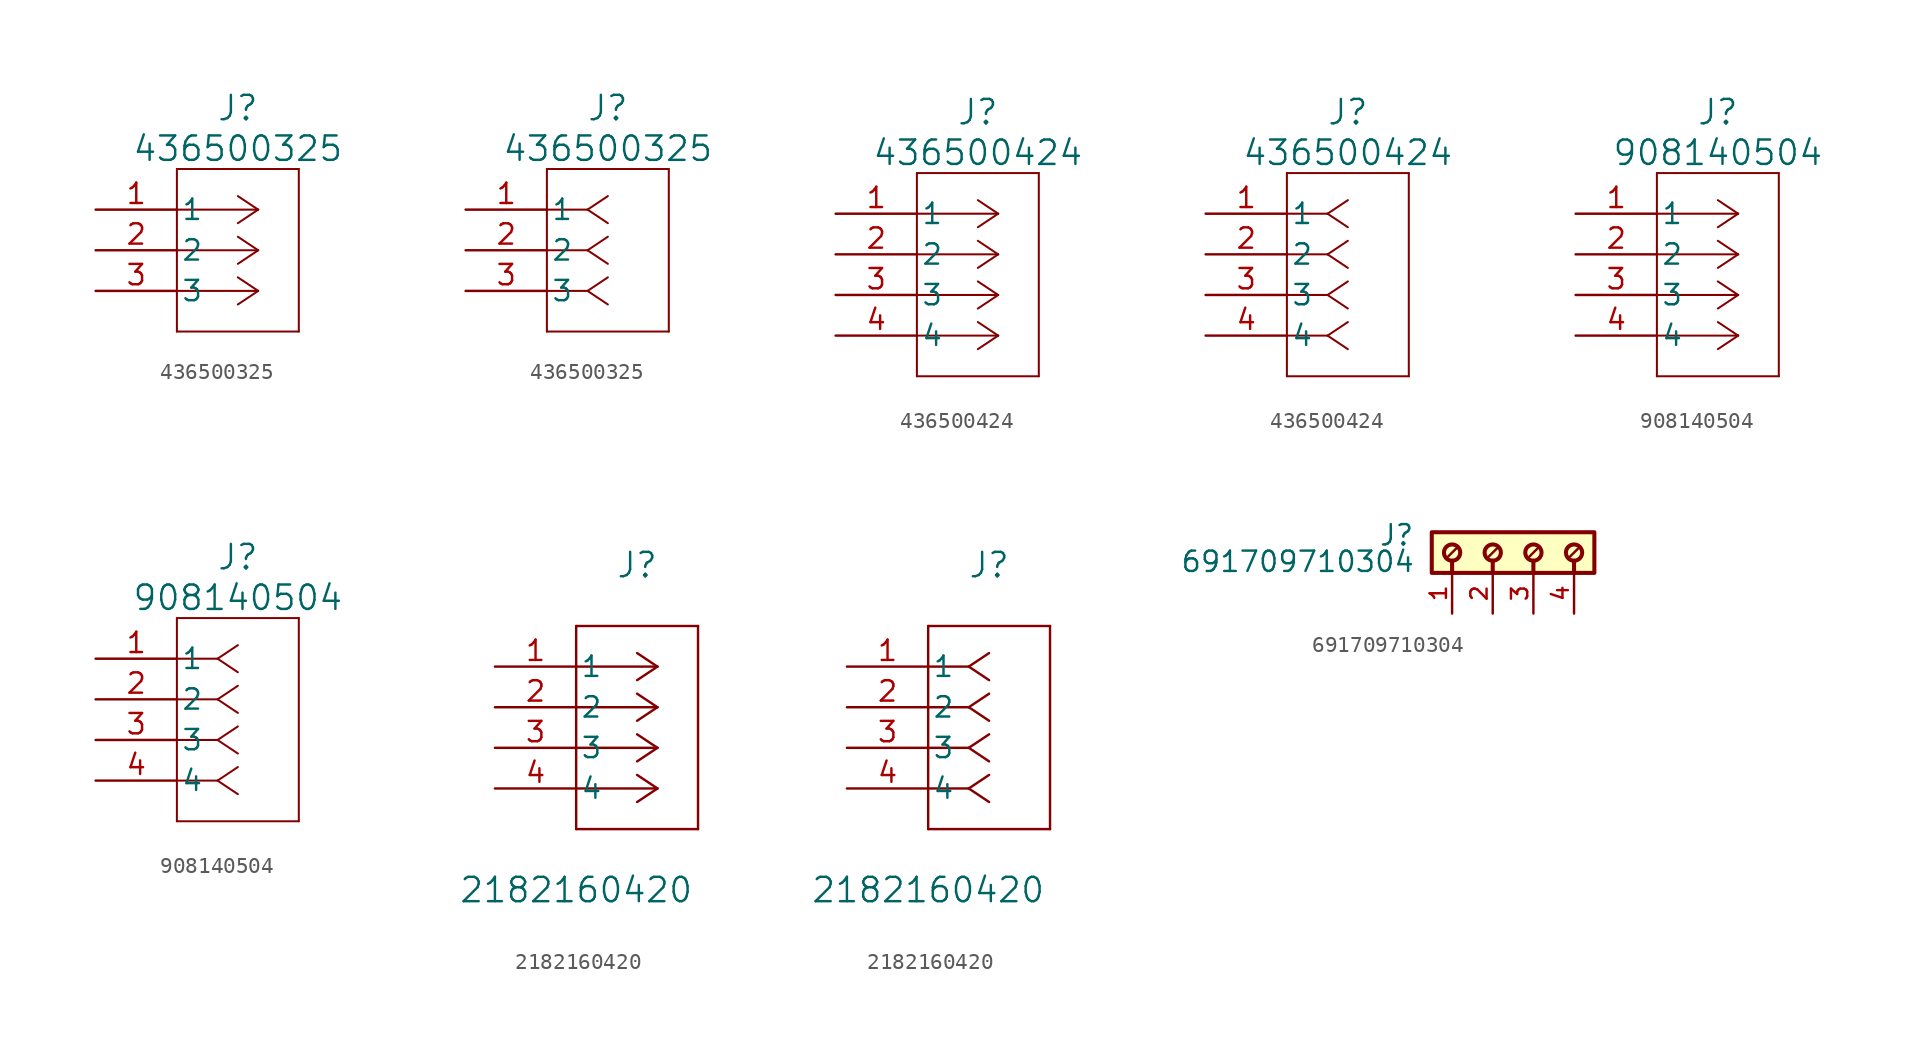
<source format=kicad_sym>
(kicad_symbol_lib
  (version 20241209)
  (generator "kicad_symbol_editor")
  (generator_version "9.0")
  (symbol "436500325"
    (pin_names
      (offset 0.254))
    (property "Reference" "J"
      (at 8.89 6.35 0)
      (effects (font (size 1.524 1.524))))
    (property "Value" "436500325"
      (at 8.89 3.81 0)
      (effects (font (size 1.524 1.524))))
    (property "ki_locked" ""
      (at 0 0 0)
      (effects (font (size 1.27 1.27))))
    (symbol "436500325_1_1"
      (polyline (pts (xy 5.08 2.54) (xy 5.08 -7.62)) (stroke (width 0.127) (type default)) (fill (type none)))
      (polyline (pts (xy 5.08 -7.62) (xy 12.7 -7.62)) (stroke (width 0.127) (type default)) (fill (type none)))
      (polyline (pts (xy 10.16 0) (xy 5.08 0)) (stroke (width 0.127) (type default)) (fill (type none)))
      (polyline (pts (xy 10.16 0) (xy 8.89 0.847)) (stroke (width 0.127) (type default)) (fill (type none)))
      (polyline (pts (xy 10.16 0) (xy 8.89 -0.847)) (stroke (width 0.127) (type default)) (fill (type none)))
      (polyline (pts (xy 10.16 -2.54) (xy 5.08 -2.54)) (stroke (width 0.127) (type default)) (fill (type none)))
      (polyline (pts (xy 10.16 -2.54) (xy 8.89 -1.693)) (stroke (width 0.127) (type default)) (fill (type none)))
      (polyline (pts (xy 10.16 -2.54) (xy 8.89 -3.387)) (stroke (width 0.127) (type default)) (fill (type none)))
      (polyline (pts (xy 10.16 -5.08) (xy 5.08 -5.08)) (stroke (width 0.127) (type default)) (fill (type none)))
      (polyline (pts (xy 10.16 -5.08) (xy 8.89 -4.233)) (stroke (width 0.127) (type default)) (fill (type none)))
      (polyline (pts (xy 10.16 -5.08) (xy 8.89 -5.927)) (stroke (width 0.127) (type default)) (fill (type none)))
      (polyline (pts (xy 12.7 2.54) (xy 5.08 2.54)) (stroke (width 0.127) (type default)) (fill (type none)))
      (polyline (pts (xy 12.7 -7.62) (xy 12.7 2.54)) (stroke (width 0.127) (type default)) (fill (type none)))
      (pin unspecified line (at 0 0 0) (length 5.08) (name "1" (effects (font (size 1.27 1.27)))) (number "1" (effects (font (size 1.27 1.27)))))
      (pin unspecified line (at 0 -2.54 0) (length 5.08) (name "2" (effects (font (size 1.27 1.27)))) (number "2" (effects (font (size 1.27 1.27)))))
      (pin unspecified line (at 0 -5.08 0) (length 5.08) (name "3" (effects (font (size 1.27 1.27)))) (number "3" (effects (font (size 1.27 1.27))))))
    (symbol "436500325_1_2"
      (polyline (pts (xy 5.08 2.54) (xy 5.08 -7.62)) (stroke (width 0.127) (type default)) (fill (type none)))
      (polyline (pts (xy 5.08 -7.62) (xy 12.7 -7.62)) (stroke (width 0.127) (type default)) (fill (type none)))
      (polyline (pts (xy 7.62 0) (xy 5.08 0)) (stroke (width 0.127) (type default)) (fill (type none)))
      (polyline (pts (xy 7.62 0) (xy 8.89 0.847)) (stroke (width 0.127) (type default)) (fill (type none)))
      (polyline (pts (xy 7.62 0) (xy 8.89 -0.847)) (stroke (width 0.127) (type default)) (fill (type none)))
      (polyline (pts (xy 7.62 -2.54) (xy 5.08 -2.54)) (stroke (width 0.127) (type default)) (fill (type none)))
      (polyline (pts (xy 7.62 -2.54) (xy 8.89 -1.693)) (stroke (width 0.127) (type default)) (fill (type none)))
      (polyline (pts (xy 7.62 -2.54) (xy 8.89 -3.387)) (stroke (width 0.127) (type default)) (fill (type none)))
      (polyline (pts (xy 7.62 -5.08) (xy 5.08 -5.08)) (stroke (width 0.127) (type default)) (fill (type none)))
      (polyline (pts (xy 7.62 -5.08) (xy 8.89 -4.233)) (stroke (width 0.127) (type default)) (fill (type none)))
      (polyline (pts (xy 7.62 -5.08) (xy 8.89 -5.927)) (stroke (width 0.127) (type default)) (fill (type none)))
      (polyline (pts (xy 12.7 2.54) (xy 5.08 2.54)) (stroke (width 0.127) (type default)) (fill (type none)))
      (polyline (pts (xy 12.7 -7.62) (xy 12.7 2.54)) (stroke (width 0.127) (type default)) (fill (type none)))
      (pin unspecified line (at 0 0 0) (length 5.08) (name "1" (effects (font (size 1.27 1.27)))) (number "1" (effects (font (size 1.27 1.27)))))
      (pin unspecified line (at 0 -2.54 0) (length 5.08) (name "2" (effects (font (size 1.27 1.27)))) (number "2" (effects (font (size 1.27 1.27)))))
      (pin unspecified line (at 0 -5.08 0) (length 5.08) (name "3" (effects (font (size 1.27 1.27)))) (number "3" (effects (font (size 1.27 1.27)))))))
  (symbol "436500424"
    (pin_names
      (offset 0.254))
    (property "Reference" "J"
      (at 8.89 6.35 0)
      (effects (font (size 1.524 1.524))))
    (property "Value" "436500424"
      (at 8.89 3.81 0)
      (effects (font (size 1.524 1.524))))
    (property "ki_locked" ""
      (at 0 0 0)
      (effects (font (size 1.27 1.27))))
    (symbol "436500424_1_1"
      (polyline (pts (xy 5.08 2.54) (xy 5.08 -10.16)) (stroke (width 0.127) (type default)) (fill (type none)))
      (polyline (pts (xy 5.08 -10.16) (xy 12.7 -10.16)) (stroke (width 0.127) (type default)) (fill (type none)))
      (polyline (pts (xy 10.16 0) (xy 5.08 0)) (stroke (width 0.127) (type default)) (fill (type none)))
      (polyline (pts (xy 10.16 0) (xy 8.89 0.847)) (stroke (width 0.127) (type default)) (fill (type none)))
      (polyline (pts (xy 10.16 0) (xy 8.89 -0.847)) (stroke (width 0.127) (type default)) (fill (type none)))
      (polyline (pts (xy 10.16 -2.54) (xy 5.08 -2.54)) (stroke (width 0.127) (type default)) (fill (type none)))
      (polyline (pts (xy 10.16 -2.54) (xy 8.89 -1.693)) (stroke (width 0.127) (type default)) (fill (type none)))
      (polyline (pts (xy 10.16 -2.54) (xy 8.89 -3.387)) (stroke (width 0.127) (type default)) (fill (type none)))
      (polyline (pts (xy 10.16 -5.08) (xy 5.08 -5.08)) (stroke (width 0.127) (type default)) (fill (type none)))
      (polyline (pts (xy 10.16 -5.08) (xy 8.89 -4.233)) (stroke (width 0.127) (type default)) (fill (type none)))
      (polyline (pts (xy 10.16 -5.08) (xy 8.89 -5.927)) (stroke (width 0.127) (type default)) (fill (type none)))
      (polyline (pts (xy 10.16 -7.62) (xy 5.08 -7.62)) (stroke (width 0.127) (type default)) (fill (type none)))
      (polyline (pts (xy 10.16 -7.62) (xy 8.89 -6.773)) (stroke (width 0.127) (type default)) (fill (type none)))
      (polyline (pts (xy 10.16 -7.62) (xy 8.89 -8.467)) (stroke (width 0.127) (type default)) (fill (type none)))
      (polyline (pts (xy 12.7 2.54) (xy 5.08 2.54)) (stroke (width 0.127) (type default)) (fill (type none)))
      (polyline (pts (xy 12.7 -10.16) (xy 12.7 2.54)) (stroke (width 0.127) (type default)) (fill (type none)))
      (pin unspecified line (at 0 0 0) (length 5.08) (name "1" (effects (font (size 1.27 1.27)))) (number "1" (effects (font (size 1.27 1.27)))))
      (pin unspecified line (at 0 -2.54 0) (length 5.08) (name "2" (effects (font (size 1.27 1.27)))) (number "2" (effects (font (size 1.27 1.27)))))
      (pin unspecified line (at 0 -5.08 0) (length 5.08) (name "3" (effects (font (size 1.27 1.27)))) (number "3" (effects (font (size 1.27 1.27)))))
      (pin unspecified line (at 0 -7.62 0) (length 5.08) (name "4" (effects (font (size 1.27 1.27)))) (number "4" (effects (font (size 1.27 1.27))))))
    (symbol "436500424_1_2"
      (polyline (pts (xy 5.08 2.54) (xy 5.08 -10.16)) (stroke (width 0.127) (type default)) (fill (type none)))
      (polyline (pts (xy 5.08 -10.16) (xy 12.7 -10.16)) (stroke (width 0.127) (type default)) (fill (type none)))
      (polyline (pts (xy 7.62 0) (xy 5.08 0)) (stroke (width 0.127) (type default)) (fill (type none)))
      (polyline (pts (xy 7.62 0) (xy 8.89 0.847)) (stroke (width 0.127) (type default)) (fill (type none)))
      (polyline (pts (xy 7.62 0) (xy 8.89 -0.847)) (stroke (width 0.127) (type default)) (fill (type none)))
      (polyline (pts (xy 7.62 -2.54) (xy 5.08 -2.54)) (stroke (width 0.127) (type default)) (fill (type none)))
      (polyline (pts (xy 7.62 -2.54) (xy 8.89 -1.693)) (stroke (width 0.127) (type default)) (fill (type none)))
      (polyline (pts (xy 7.62 -2.54) (xy 8.89 -3.387)) (stroke (width 0.127) (type default)) (fill (type none)))
      (polyline (pts (xy 7.62 -5.08) (xy 5.08 -5.08)) (stroke (width 0.127) (type default)) (fill (type none)))
      (polyline (pts (xy 7.62 -5.08) (xy 8.89 -4.233)) (stroke (width 0.127) (type default)) (fill (type none)))
      (polyline (pts (xy 7.62 -5.08) (xy 8.89 -5.927)) (stroke (width 0.127) (type default)) (fill (type none)))
      (polyline (pts (xy 7.62 -7.62) (xy 5.08 -7.62)) (stroke (width 0.127) (type default)) (fill (type none)))
      (polyline (pts (xy 7.62 -7.62) (xy 8.89 -6.773)) (stroke (width 0.127) (type default)) (fill (type none)))
      (polyline (pts (xy 7.62 -7.62) (xy 8.89 -8.467)) (stroke (width 0.127) (type default)) (fill (type none)))
      (polyline (pts (xy 12.7 2.54) (xy 5.08 2.54)) (stroke (width 0.127) (type default)) (fill (type none)))
      (polyline (pts (xy 12.7 -10.16) (xy 12.7 2.54)) (stroke (width 0.127) (type default)) (fill (type none)))
      (pin unspecified line (at 0 0 0) (length 5.08) (name "1" (effects (font (size 1.27 1.27)))) (number "1" (effects (font (size 1.27 1.27)))))
      (pin unspecified line (at 0 -2.54 0) (length 5.08) (name "2" (effects (font (size 1.27 1.27)))) (number "2" (effects (font (size 1.27 1.27)))))
      (pin unspecified line (at 0 -5.08 0) (length 5.08) (name "3" (effects (font (size 1.27 1.27)))) (number "3" (effects (font (size 1.27 1.27)))))
      (pin unspecified line (at 0 -7.62 0) (length 5.08) (name "4" (effects (font (size 1.27 1.27)))) (number "4" (effects (font (size 1.27 1.27)))))))
  (symbol "908140504"
    (pin_names
      (offset 0.254))
    (property "Reference" "J"
      (at 8.89 6.35 0)
      (effects (font (size 1.524 1.524))))
    (property "Value" "908140504"
      (at 8.89 3.81 0)
      (effects (font (size 1.524 1.524))))
    (property "ki_locked" ""
      (at 0 0 0)
      (effects (font (size 1.27 1.27))))
    (symbol "908140504_1_1"
      (polyline (pts (xy 5.08 2.54) (xy 5.08 -10.16)) (stroke (width 0.127) (type default)) (fill (type none)))
      (polyline (pts (xy 5.08 -10.16) (xy 12.7 -10.16)) (stroke (width 0.127) (type default)) (fill (type none)))
      (polyline (pts (xy 10.16 0) (xy 5.08 0)) (stroke (width 0.127) (type default)) (fill (type none)))
      (polyline (pts (xy 10.16 0) (xy 8.89 0.847)) (stroke (width 0.127) (type default)) (fill (type none)))
      (polyline (pts (xy 10.16 0) (xy 8.89 -0.847)) (stroke (width 0.127) (type default)) (fill (type none)))
      (polyline (pts (xy 10.16 -2.54) (xy 5.08 -2.54)) (stroke (width 0.127) (type default)) (fill (type none)))
      (polyline (pts (xy 10.16 -2.54) (xy 8.89 -1.693)) (stroke (width 0.127) (type default)) (fill (type none)))
      (polyline (pts (xy 10.16 -2.54) (xy 8.89 -3.387)) (stroke (width 0.127) (type default)) (fill (type none)))
      (polyline (pts (xy 10.16 -5.08) (xy 5.08 -5.08)) (stroke (width 0.127) (type default)) (fill (type none)))
      (polyline (pts (xy 10.16 -5.08) (xy 8.89 -4.233)) (stroke (width 0.127) (type default)) (fill (type none)))
      (polyline (pts (xy 10.16 -5.08) (xy 8.89 -5.927)) (stroke (width 0.127) (type default)) (fill (type none)))
      (polyline (pts (xy 10.16 -7.62) (xy 5.08 -7.62)) (stroke (width 0.127) (type default)) (fill (type none)))
      (polyline (pts (xy 10.16 -7.62) (xy 8.89 -6.773)) (stroke (width 0.127) (type default)) (fill (type none)))
      (polyline (pts (xy 10.16 -7.62) (xy 8.89 -8.467)) (stroke (width 0.127) (type default)) (fill (type none)))
      (polyline (pts (xy 12.7 2.54) (xy 5.08 2.54)) (stroke (width 0.127) (type default)) (fill (type none)))
      (polyline (pts (xy 12.7 -10.16) (xy 12.7 2.54)) (stroke (width 0.127) (type default)) (fill (type none)))
      (pin unspecified line (at 0 0 0) (length 5.08) (name "1" (effects (font (size 1.27 1.27)))) (number "1" (effects (font (size 1.27 1.27)))))
      (pin unspecified line (at 0 -2.54 0) (length 5.08) (name "2" (effects (font (size 1.27 1.27)))) (number "2" (effects (font (size 1.27 1.27)))))
      (pin unspecified line (at 0 -5.08 0) (length 5.08) (name "3" (effects (font (size 1.27 1.27)))) (number "3" (effects (font (size 1.27 1.27)))))
      (pin unspecified line (at 0 -7.62 0) (length 5.08) (name "4" (effects (font (size 1.27 1.27)))) (number "4" (effects (font (size 1.27 1.27))))))
    (symbol "908140504_1_2"
      (polyline (pts (xy 5.08 2.54) (xy 5.08 -10.16)) (stroke (width 0.127) (type default)) (fill (type none)))
      (polyline (pts (xy 5.08 -10.16) (xy 12.7 -10.16)) (stroke (width 0.127) (type default)) (fill (type none)))
      (polyline (pts (xy 7.62 0) (xy 5.08 0)) (stroke (width 0.127) (type default)) (fill (type none)))
      (polyline (pts (xy 7.62 0) (xy 8.89 0.847)) (stroke (width 0.127) (type default)) (fill (type none)))
      (polyline (pts (xy 7.62 0) (xy 8.89 -0.847)) (stroke (width 0.127) (type default)) (fill (type none)))
      (polyline (pts (xy 7.62 -2.54) (xy 5.08 -2.54)) (stroke (width 0.127) (type default)) (fill (type none)))
      (polyline (pts (xy 7.62 -2.54) (xy 8.89 -1.693)) (stroke (width 0.127) (type default)) (fill (type none)))
      (polyline (pts (xy 7.62 -2.54) (xy 8.89 -3.387)) (stroke (width 0.127) (type default)) (fill (type none)))
      (polyline (pts (xy 7.62 -5.08) (xy 5.08 -5.08)) (stroke (width 0.127) (type default)) (fill (type none)))
      (polyline (pts (xy 7.62 -5.08) (xy 8.89 -4.233)) (stroke (width 0.127) (type default)) (fill (type none)))
      (polyline (pts (xy 7.62 -5.08) (xy 8.89 -5.927)) (stroke (width 0.127) (type default)) (fill (type none)))
      (polyline (pts (xy 7.62 -7.62) (xy 5.08 -7.62)) (stroke (width 0.127) (type default)) (fill (type none)))
      (polyline (pts (xy 7.62 -7.62) (xy 8.89 -6.773)) (stroke (width 0.127) (type default)) (fill (type none)))
      (polyline (pts (xy 7.62 -7.62) (xy 8.89 -8.467)) (stroke (width 0.127) (type default)) (fill (type none)))
      (polyline (pts (xy 12.7 2.54) (xy 5.08 2.54)) (stroke (width 0.127) (type default)) (fill (type none)))
      (polyline (pts (xy 12.7 -10.16) (xy 12.7 2.54)) (stroke (width 0.127) (type default)) (fill (type none)))
      (pin unspecified line (at 0 0 0) (length 5.08) (name "1" (effects (font (size 1.27 1.27)))) (number "1" (effects (font (size 1.27 1.27)))))
      (pin unspecified line (at 0 -2.54 0) (length 5.08) (name "2" (effects (font (size 1.27 1.27)))) (number "2" (effects (font (size 1.27 1.27)))))
      (pin unspecified line (at 0 -5.08 0) (length 5.08) (name "3" (effects (font (size 1.27 1.27)))) (number "3" (effects (font (size 1.27 1.27)))))
      (pin unspecified line (at 0 -7.62 0) (length 5.08) (name "4" (effects (font (size 1.27 1.27)))) (number "4" (effects (font (size 1.27 1.27)))))))
  (symbol "2182160420"
    (pin_names
      (offset 0.254))
    (property "Reference" "J"
      (at 8.89 6.35 0)
      (effects (font (size 1.524 1.524))))
    (property "Value" "2182160420"
      (at 5.08 -13.97 0)
      (effects (font (size 1.524 1.524))))
    (property "ki_locked" ""
      (at 0 0 0)
      (effects (font (size 1.27 1.27))))
    (symbol "2182160420_1_1"
      (polyline (pts (xy 5.08 2.54) (xy 5.08 -10.16)) (stroke (width 0) (type default)) (fill (type none)))
      (polyline (pts (xy 5.08 -10.16) (xy 12.7 -10.16)) (stroke (width 0) (type default)) (fill (type none)))
      (polyline (pts (xy 10.16 0) (xy 5.08 0)) (stroke (width 0) (type default)) (fill (type none)))
      (polyline (pts (xy 10.16 0) (xy 8.89 0.847)) (stroke (width 0) (type default)) (fill (type none)))
      (polyline (pts (xy 10.16 0) (xy 8.89 -0.847)) (stroke (width 0) (type default)) (fill (type none)))
      (polyline (pts (xy 10.16 -2.54) (xy 5.08 -2.54)) (stroke (width 0) (type default)) (fill (type none)))
      (polyline (pts (xy 10.16 -2.54) (xy 8.89 -1.693)) (stroke (width 0) (type default)) (fill (type none)))
      (polyline (pts (xy 10.16 -2.54) (xy 8.89 -3.387)) (stroke (width 0) (type default)) (fill (type none)))
      (polyline (pts (xy 10.16 -5.08) (xy 5.08 -5.08)) (stroke (width 0) (type default)) (fill (type none)))
      (polyline (pts (xy 10.16 -5.08) (xy 8.89 -4.233)) (stroke (width 0) (type default)) (fill (type none)))
      (polyline (pts (xy 10.16 -5.08) (xy 8.89 -5.927)) (stroke (width 0) (type default)) (fill (type none)))
      (polyline (pts (xy 10.16 -7.62) (xy 5.08 -7.62)) (stroke (width 0) (type default)) (fill (type none)))
      (polyline (pts (xy 10.16 -7.62) (xy 8.89 -6.773)) (stroke (width 0) (type default)) (fill (type none)))
      (polyline (pts (xy 10.16 -7.62) (xy 8.89 -8.467)) (stroke (width 0) (type default)) (fill (type none)))
      (polyline (pts (xy 12.7 2.54) (xy 5.08 2.54)) (stroke (width 0) (type default)) (fill (type none)))
      (polyline (pts (xy 12.7 -10.16) (xy 12.7 2.54)) (stroke (width 0) (type default)) (fill (type none)))
      (pin unspecified line (at 0 0 0) (length 5.08) (name "1" (effects (font (size 1.27 1.27)))) (number "1" (effects (font (size 1.27 1.27)))))
      (pin unspecified line (at 0 -2.54 0) (length 5.08) (name "2" (effects (font (size 1.27 1.27)))) (number "2" (effects (font (size 1.27 1.27)))))
      (pin unspecified line (at 0 -5.08 0) (length 5.08) (name "3" (effects (font (size 1.27 1.27)))) (number "3" (effects (font (size 1.27 1.27)))))
      (pin unspecified line (at 0 -7.62 0) (length 5.08) (name "4" (effects (font (size 1.27 1.27)))) (number "4" (effects (font (size 1.27 1.27))))))
    (symbol "2182160420_1_2"
      (polyline (pts (xy 5.08 2.54) (xy 5.08 -10.16)) (stroke (width 0) (type default)) (fill (type none)))
      (polyline (pts (xy 5.08 -10.16) (xy 12.7 -10.16)) (stroke (width 0) (type default)) (fill (type none)))
      (polyline (pts (xy 7.62 0) (xy 5.08 0)) (stroke (width 0) (type default)) (fill (type none)))
      (polyline (pts (xy 7.62 0) (xy 8.89 0.847)) (stroke (width 0) (type default)) (fill (type none)))
      (polyline (pts (xy 7.62 0) (xy 8.89 -0.847)) (stroke (width 0) (type default)) (fill (type none)))
      (polyline (pts (xy 7.62 -2.54) (xy 5.08 -2.54)) (stroke (width 0) (type default)) (fill (type none)))
      (polyline (pts (xy 7.62 -2.54) (xy 8.89 -1.693)) (stroke (width 0) (type default)) (fill (type none)))
      (polyline (pts (xy 7.62 -2.54) (xy 8.89 -3.387)) (stroke (width 0) (type default)) (fill (type none)))
      (polyline (pts (xy 7.62 -5.08) (xy 5.08 -5.08)) (stroke (width 0) (type default)) (fill (type none)))
      (polyline (pts (xy 7.62 -5.08) (xy 8.89 -4.233)) (stroke (width 0) (type default)) (fill (type none)))
      (polyline (pts (xy 7.62 -5.08) (xy 8.89 -5.927)) (stroke (width 0) (type default)) (fill (type none)))
      (polyline (pts (xy 7.62 -7.62) (xy 5.08 -7.62)) (stroke (width 0) (type default)) (fill (type none)))
      (polyline (pts (xy 7.62 -7.62) (xy 8.89 -6.773)) (stroke (width 0) (type default)) (fill (type none)))
      (polyline (pts (xy 7.62 -7.62) (xy 8.89 -8.467)) (stroke (width 0) (type default)) (fill (type none)))
      (polyline (pts (xy 12.7 2.54) (xy 5.08 2.54)) (stroke (width 0) (type default)) (fill (type none)))
      (polyline (pts (xy 12.7 -10.16) (xy 12.7 2.54)) (stroke (width 0) (type default)) (fill (type none)))
      (pin unspecified line (at 0 0 0) (length 5.08) (name "1" (effects (font (size 1.27 1.27)))) (number "1" (effects (font (size 1.27 1.27)))))
      (pin unspecified line (at 0 -2.54 0) (length 5.08) (name "2" (effects (font (size 1.27 1.27)))) (number "2" (effects (font (size 1.27 1.27)))))
      (pin unspecified line (at 0 -5.08 0) (length 5.08) (name "3" (effects (font (size 1.27 1.27)))) (number "3" (effects (font (size 1.27 1.27)))))
      (pin unspecified line (at 0 -7.62 0) (length 5.08) (name "4" (effects (font (size 1.27 1.27)))) (number "4" (effects (font (size 1.27 1.27)))))))
  (symbol "691709710304"
    (pin_names
      (offset 1.016))
    (property "Reference" "J"
      (at -7.42 -0.922 0)
      (effects (font (size 1.27 1.27)) (justify right bottom)))
    (property "Value" "691709710304"
      (at -7.37 -2.58 0)
      (effects (font (size 1.27 1.27)) (justify right bottom)))
    (symbol "691709710304_0_0"
      (rectangle (start -6.35 -2.54) (end 3.81 0) (stroke (width 0.254) (type default)) (fill (type background)))
      (circle (center -5.08 -1.27) (radius 0.508) (stroke (width 0.254) (type default)) (fill (type none)))
      (polyline (pts (xy -5.08 -1.778) (xy -5.08 -2.54)) (stroke (width 0.254) (type default)) (fill (type none)))
      (polyline (pts (xy -4.826 -1.016) (xy -5.334 -1.524)) (stroke (width 0.152) (type default)) (fill (type none)))
      (circle (center -2.54 -1.27) (radius 0.508) (stroke (width 0.254) (type default)) (fill (type none)))
      (polyline (pts (xy -2.54 -1.778) (xy -2.54 -2.54)) (stroke (width 0.254) (type default)) (fill (type none)))
      (polyline (pts (xy -2.286 -1.016) (xy -2.794 -1.524)) (stroke (width 0.152) (type default)) (fill (type none)))
      (circle (center 0 -1.27) (radius 0.508) (stroke (width 0.254) (type default)) (fill (type none)))
      (polyline (pts (xy 0 -1.778) (xy 0 -2.54)) (stroke (width 0.254) (type default)) (fill (type none)))
      (polyline (pts (xy 0.254 -1.016) (xy -0.254 -1.524)) (stroke (width 0.152) (type default)) (fill (type none)))
      (circle (center 2.54 -1.27) (radius 0.508) (stroke (width 0.254) (type default)) (fill (type none)))
      (polyline (pts (xy 2.54 -1.778) (xy 2.54 -2.54)) (stroke (width 0.254) (type default)) (fill (type none)))
      (polyline (pts (xy 2.794 -1.016) (xy 2.286 -1.524)) (stroke (width 0.152) (type default)) (fill (type none)))
      (pin passive line (at -5.08 -5.08 90) (length 2.54) (name "~" (effects (font (size 1.016 1.016)))) (number "1" (effects (font (size 1.016 1.016)))))
      (pin passive line (at -2.54 -5.08 90) (length 2.54) (name "~" (effects (font (size 1.016 1.016)))) (number "2" (effects (font (size 1.016 1.016)))))
      (pin passive line (at 0 -5.08 90) (length 2.54) (name "~" (effects (font (size 1.016 1.016)))) (number "3" (effects (font (size 1.016 1.016)))))
      (pin passive line (at 2.54 -5.08 90) (length 2.54) (name "~" (effects (font (size 1.016 1.016)))) (number "4" (effects (font (size 1.016 1.016))))))))
</source>
